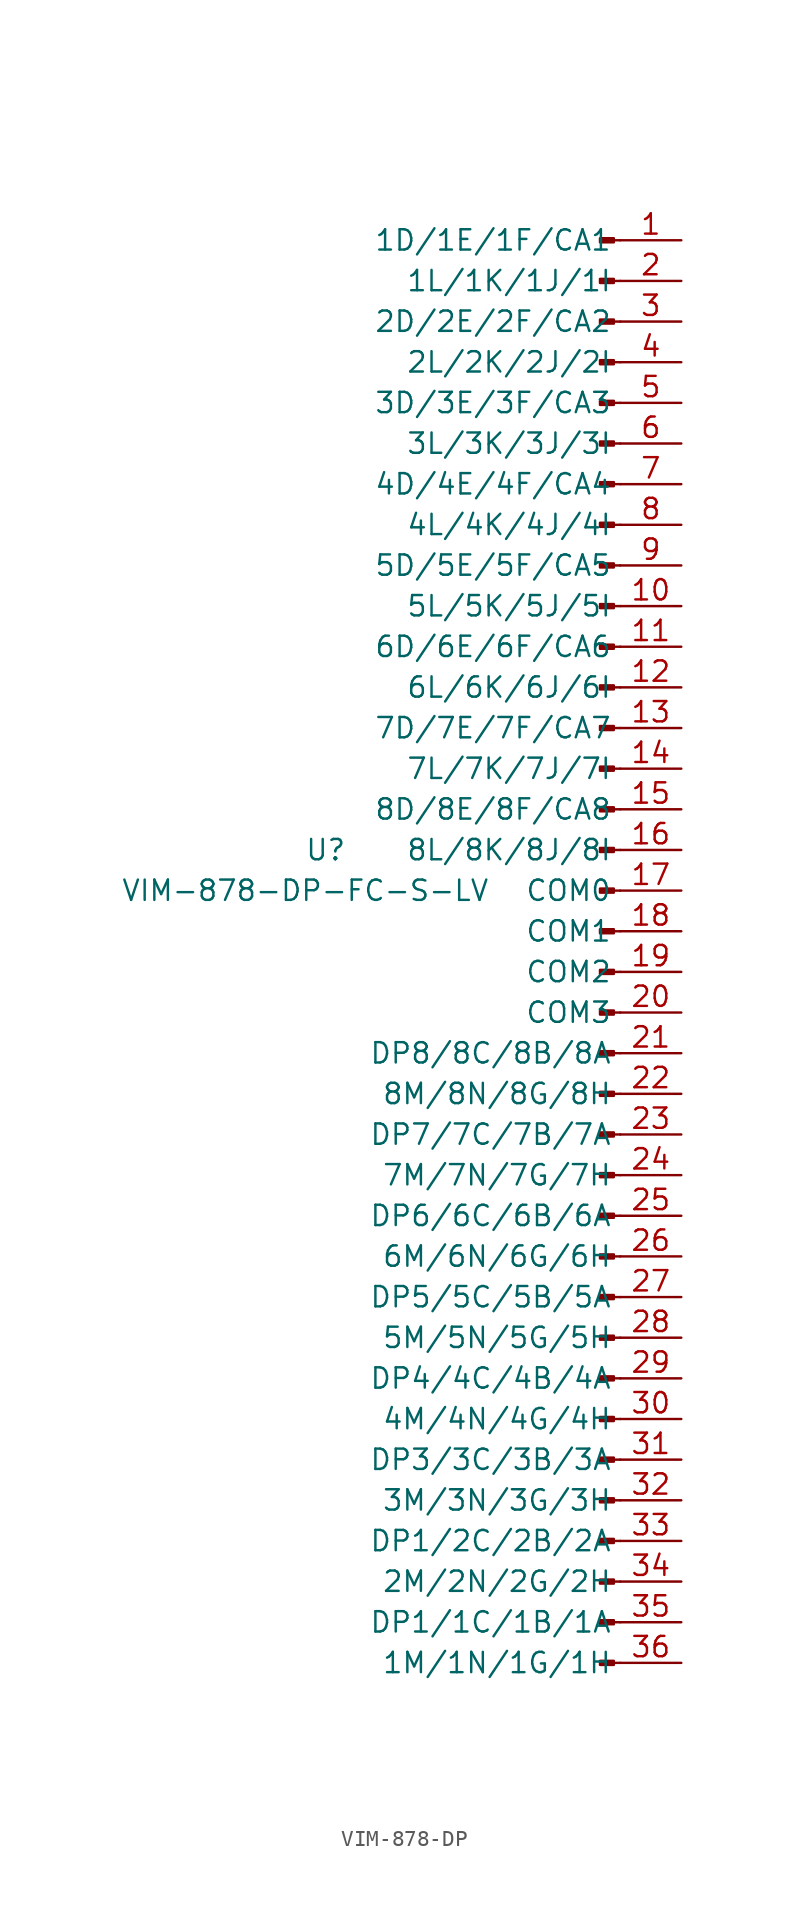
<source format=kicad_sym>
(kicad_symbol_lib
  (version 20231120)
  (generator "kicad_symbol_editor")
  (generator_version "8.0")
  (symbol "VIM-878-DP"
    (property "Reference" "U"
      (at -17.145 5.08 0)
      (effects (font (size 1.27 1.27))))
    (property "Value" "VIM-878-DP-FC-S-LV"
      (at -18.415 2.54 0)
      (effects (font (size 1.27 1.27))))
    (symbol "VIM-878-DP_1_1"
      (rectangle (start 0 -15.113) (end 0.864 -15.367) (stroke (width 0.152) (type default)) (fill (type outline)))
      (polyline (pts (xy 1.27 -45.72) (xy 0.864 -45.72)) (stroke (width 0.152) (type default)) (fill (type none)))
      (polyline (pts (xy 1.27 -43.18) (xy 0.864 -43.18)) (stroke (width 0.152) (type default)) (fill (type none)))
      (polyline (pts (xy 1.27 -40.64) (xy 0.864 -40.64)) (stroke (width 0.152) (type default)) (fill (type none)))
      (polyline (pts (xy 1.27 -38.1) (xy 0.864 -38.1)) (stroke (width 0.152) (type default)) (fill (type none)))
      (polyline (pts (xy 1.27 -35.56) (xy 0.864 -35.56)) (stroke (width 0.152) (type default)) (fill (type none)))
      (polyline (pts (xy 1.27 -33.02) (xy 0.864 -33.02)) (stroke (width 0.152) (type default)) (fill (type none)))
      (polyline (pts (xy 1.27 -30.48) (xy 0.864 -30.48)) (stroke (width 0.152) (type default)) (fill (type none)))
      (polyline (pts (xy 1.27 -27.94) (xy 0.864 -27.94)) (stroke (width 0.152) (type default)) (fill (type none)))
      (polyline (pts (xy 1.27 -25.4) (xy 0.864 -25.4)) (stroke (width 0.152) (type default)) (fill (type none)))
      (polyline (pts (xy 1.27 -22.86) (xy 0.864 -22.86)) (stroke (width 0.152) (type default)) (fill (type none)))
      (polyline (pts (xy 1.27 -20.32) (xy 0.864 -20.32)) (stroke (width 0.152) (type default)) (fill (type none)))
      (polyline (pts (xy 1.27 -17.78) (xy 0.864 -17.78)) (stroke (width 0.152) (type default)) (fill (type none)))
      (polyline (pts (xy 1.27 -15.24) (xy 0.864 -15.24)) (stroke (width 0.152) (type default)) (fill (type none)))
      (polyline (pts (xy 1.27 -12.7) (xy 0.864 -12.7)) (stroke (width 0.152) (type default)) (fill (type none)))
      (polyline (pts (xy 1.27 -10.16) (xy 0.864 -10.16)) (stroke (width 0.152) (type default)) (fill (type none)))
      (polyline (pts (xy 1.27 -7.62) (xy 0.864 -7.62)) (stroke (width 0.152) (type default)) (fill (type none)))
      (polyline (pts (xy 1.27 -5.08) (xy 0.864 -5.08)) (stroke (width 0.152) (type default)) (fill (type none)))
      (polyline (pts (xy 1.27 -2.54) (xy 0.864 -2.54)) (stroke (width 0.152) (type default)) (fill (type none)))
      (polyline (pts (xy 1.27 0) (xy 0.864 0)) (stroke (width 0.152) (type default)) (fill (type none)))
      (polyline (pts (xy 1.27 2.54) (xy 0.864 2.54)) (stroke (width 0.152) (type default)) (fill (type none)))
      (polyline (pts (xy 1.27 5.08) (xy 0.864 5.08)) (stroke (width 0.152) (type default)) (fill (type none)))
      (polyline (pts (xy 1.27 7.62) (xy 0.864 7.62)) (stroke (width 0.152) (type default)) (fill (type none)))
      (polyline (pts (xy 1.27 10.16) (xy 0.864 10.16)) (stroke (width 0.152) (type default)) (fill (type none)))
      (polyline (pts (xy 1.27 12.7) (xy 0.864 12.7)) (stroke (width 0.152) (type default)) (fill (type none)))
      (polyline (pts (xy 1.27 15.24) (xy 0.864 15.24)) (stroke (width 0.152) (type default)) (fill (type none)))
      (polyline (pts (xy 1.27 17.78) (xy 0.864 17.78)) (stroke (width 0.152) (type default)) (fill (type none)))
      (polyline (pts (xy 1.27 20.32) (xy 0.864 20.32)) (stroke (width 0.152) (type default)) (fill (type none)))
      (polyline (pts (xy 1.27 22.86) (xy 0.864 22.86)) (stroke (width 0.152) (type default)) (fill (type none)))
      (polyline (pts (xy 1.27 25.4) (xy 0.864 25.4)) (stroke (width 0.152) (type default)) (fill (type none)))
      (polyline (pts (xy 1.27 27.94) (xy 0.864 27.94)) (stroke (width 0.152) (type default)) (fill (type none)))
      (polyline (pts (xy 1.27 30.48) (xy 0.864 30.48)) (stroke (width 0.152) (type default)) (fill (type none)))
      (polyline (pts (xy 1.27 33.02) (xy 0.864 33.02)) (stroke (width 0.152) (type default)) (fill (type none)))
      (polyline (pts (xy 1.27 35.56) (xy 0.864 35.56)) (stroke (width 0.152) (type default)) (fill (type none)))
      (polyline (pts (xy 1.27 38.1) (xy 0.864 38.1)) (stroke (width 0.152) (type default)) (fill (type none)))
      (polyline (pts (xy 1.27 40.64) (xy 0.864 40.64)) (stroke (width 0.152) (type default)) (fill (type none)))
      (polyline (pts (xy 1.27 43.18) (xy 0.864 43.18)) (stroke (width 0.152) (type default)) (fill (type none)))
      (rectangle (start 0.864 -45.593) (end 0 -45.847) (stroke (width 0.152) (type default)) (fill (type outline)))
      (rectangle (start 0.864 -43.053) (end 0 -43.307) (stroke (width 0.152) (type default)) (fill (type outline)))
      (rectangle (start 0.864 -40.513) (end 0 -40.767) (stroke (width 0.152) (type default)) (fill (type outline)))
      (rectangle (start 0.864 -37.973) (end 0 -38.227) (stroke (width 0.152) (type default)) (fill (type outline)))
      (rectangle (start 0.864 -35.433) (end 0 -35.687) (stroke (width 0.152) (type default)) (fill (type outline)))
      (rectangle (start 0.864 -32.893) (end 0 -33.147) (stroke (width 0.152) (type default)) (fill (type outline)))
      (rectangle (start 0.864 -30.353) (end 0 -30.607) (stroke (width 0.152) (type default)) (fill (type outline)))
      (rectangle (start 0.864 -27.813) (end 0 -28.067) (stroke (width 0.152) (type default)) (fill (type outline)))
      (rectangle (start 0.864 -25.273) (end 0 -25.527) (stroke (width 0.152) (type default)) (fill (type outline)))
      (rectangle (start 0.864 -22.733) (end 0 -22.987) (stroke (width 0.152) (type default)) (fill (type outline)))
      (rectangle (start 0.864 -20.193) (end 0 -20.447) (stroke (width 0.152) (type default)) (fill (type outline)))
      (rectangle (start 0.864 -17.653) (end 0 -17.907) (stroke (width 0.152) (type default)) (fill (type outline)))
      (rectangle (start 0.864 -12.573) (end 0 -12.827) (stroke (width 0.152) (type default)) (fill (type outline)))
      (rectangle (start 0.864 -10.033) (end 0 -10.287) (stroke (width 0.152) (type default)) (fill (type outline)))
      (rectangle (start 0.864 -7.493) (end 0 -7.747) (stroke (width 0.152) (type default)) (fill (type outline)))
      (rectangle (start 0.864 -4.953) (end 0 -5.207) (stroke (width 0.152) (type default)) (fill (type outline)))
      (rectangle (start 0.864 -2.413) (end 0 -2.667) (stroke (width 0.152) (type default)) (fill (type outline)))
      (rectangle (start 0.864 0.127) (end 0 -0.127) (stroke (width 0.152) (type default)) (fill (type outline)))
      (rectangle (start 0.864 2.667) (end 0 2.413) (stroke (width 0.152) (type default)) (fill (type outline)))
      (rectangle (start 0.864 5.207) (end 0 4.953) (stroke (width 0.152) (type default)) (fill (type outline)))
      (rectangle (start 0.864 7.747) (end 0 7.493) (stroke (width 0.152) (type default)) (fill (type outline)))
      (rectangle (start 0.864 10.287) (end 0 10.033) (stroke (width 0.152) (type default)) (fill (type outline)))
      (rectangle (start 0.864 12.827) (end 0 12.573) (stroke (width 0.152) (type default)) (fill (type outline)))
      (rectangle (start 0.864 15.367) (end 0 15.113) (stroke (width 0.152) (type default)) (fill (type outline)))
      (rectangle (start 0.864 17.907) (end 0 17.653) (stroke (width 0.152) (type default)) (fill (type outline)))
      (rectangle (start 0.864 20.447) (end 0 20.193) (stroke (width 0.152) (type default)) (fill (type outline)))
      (rectangle (start 0.864 22.987) (end 0 22.733) (stroke (width 0.152) (type default)) (fill (type outline)))
      (rectangle (start 0.864 25.527) (end 0 25.273) (stroke (width 0.152) (type default)) (fill (type outline)))
      (rectangle (start 0.864 28.067) (end 0 27.813) (stroke (width 0.152) (type default)) (fill (type outline)))
      (rectangle (start 0.864 30.607) (end 0 30.353) (stroke (width 0.152) (type default)) (fill (type outline)))
      (rectangle (start 0.864 33.147) (end 0 32.893) (stroke (width 0.152) (type default)) (fill (type outline)))
      (rectangle (start 0.864 35.687) (end 0 35.433) (stroke (width 0.152) (type default)) (fill (type outline)))
      (rectangle (start 0.864 38.227) (end 0 37.973) (stroke (width 0.152) (type default)) (fill (type outline)))
      (rectangle (start 0.864 40.767) (end 0 40.513) (stroke (width 0.152) (type default)) (fill (type outline)))
      (rectangle (start 0.864 43.307) (end 0 43.053) (stroke (width 0.152) (type default)) (fill (type outline)))
      (pin passive line (at 5.08 43.18 180) (length 3.81) (name "1D/1E/1F/CA1" (effects (font (size 1.27 1.27)))) (number "1" (effects (font (size 1.27 1.27)))))
      (pin passive line (at 5.08 20.32 180) (length 3.81) (name "5L/5K/5J/5I" (effects (font (size 1.27 1.27)))) (number "10" (effects (font (size 1.27 1.27)))))
      (pin passive line (at 5.08 17.78 180) (length 3.81) (name "6D/6E/6F/CA6" (effects (font (size 1.27 1.27)))) (number "11" (effects (font (size 1.27 1.27)))))
      (pin passive line (at 5.08 15.24 180) (length 3.81) (name "6L/6K/6J/6I" (effects (font (size 1.27 1.27)))) (number "12" (effects (font (size 1.27 1.27)))))
      (pin passive line (at 5.08 12.7 180) (length 3.81) (name "7D/7E/7F/CA7" (effects (font (size 1.27 1.27)))) (number "13" (effects (font (size 1.27 1.27)))))
      (pin passive line (at 5.08 10.16 180) (length 3.81) (name "7L/7K/7J/7I" (effects (font (size 1.27 1.27)))) (number "14" (effects (font (size 1.27 1.27)))))
      (pin passive line (at 5.08 7.62 180) (length 3.81) (name "8D/8E/8F/CA8" (effects (font (size 1.27 1.27)))) (number "15" (effects (font (size 1.27 1.27)))))
      (pin passive line (at 5.08 5.08 180) (length 3.81) (name "8L/8K/8J/8I" (effects (font (size 1.27 1.27)))) (number "16" (effects (font (size 1.27 1.27)))))
      (pin passive line (at 5.08 2.54 180) (length 3.81) (name "COM0" (effects (font (size 1.27 1.27)))) (number "17" (effects (font (size 1.27 1.27)))))
      (pin passive line (at 5.08 0 180) (length 3.81) (name "COM1" (effects (font (size 1.27 1.27)))) (number "18" (effects (font (size 1.27 1.27)))))
      (pin passive line (at 5.08 -2.54 180) (length 3.81) (name "COM2" (effects (font (size 1.27 1.27)))) (number "19" (effects (font (size 1.27 1.27)))))
      (pin passive line (at 5.08 40.64 180) (length 3.81) (name "1L/1K/1J/1I" (effects (font (size 1.27 1.27)))) (number "2" (effects (font (size 1.27 1.27)))))
      (pin passive line (at 5.08 -5.08 180) (length 3.81) (name "COM3" (effects (font (size 1.27 1.27)))) (number "20" (effects (font (size 1.27 1.27)))))
      (pin passive line (at 5.08 -7.62 180) (length 3.81) (name "DP8/8C/8B/8A" (effects (font (size 1.27 1.27)))) (number "21" (effects (font (size 1.27 1.27)))))
      (pin passive line (at 5.08 -10.16 180) (length 3.81) (name "8M/8N/8G/8H" (effects (font (size 1.27 1.27)))) (number "22" (effects (font (size 1.27 1.27)))))
      (pin passive line (at 5.08 -12.7 180) (length 3.81) (name "DP7/7C/7B/7A" (effects (font (size 1.27 1.27)))) (number "23" (effects (font (size 1.27 1.27)))))
      (pin passive line (at 5.08 -15.24 180) (length 3.81) (name "7M/7N/7G/7H" (effects (font (size 1.27 1.27)))) (number "24" (effects (font (size 1.27 1.27)))))
      (pin passive line (at 5.08 -17.78 180) (length 3.81) (name "DP6/6C/6B/6A" (effects (font (size 1.27 1.27)))) (number "25" (effects (font (size 1.27 1.27)))))
      (pin passive line (at 5.08 -20.32 180) (length 3.81) (name "6M/6N/6G/6H" (effects (font (size 1.27 1.27)))) (number "26" (effects (font (size 1.27 1.27)))))
      (pin passive line (at 5.08 -22.86 180) (length 3.81) (name "DP5/5C/5B/5A" (effects (font (size 1.27 1.27)))) (number "27" (effects (font (size 1.27 1.27)))))
      (pin passive line (at 5.08 -25.4 180) (length 3.81) (name "5M/5N/5G/5H" (effects (font (size 1.27 1.27)))) (number "28" (effects (font (size 1.27 1.27)))))
      (pin passive line (at 5.08 -27.94 180) (length 3.81) (name "DP4/4C/4B/4A" (effects (font (size 1.27 1.27)))) (number "29" (effects (font (size 1.27 1.27)))))
      (pin passive line (at 5.08 38.1 180) (length 3.81) (name "2D/2E/2F/CA2" (effects (font (size 1.27 1.27)))) (number "3" (effects (font (size 1.27 1.27)))))
      (pin passive line (at 5.08 -30.48 180) (length 3.81) (name "4M/4N/4G/4H" (effects (font (size 1.27 1.27)))) (number "30" (effects (font (size 1.27 1.27)))))
      (pin passive line (at 5.08 -33.02 180) (length 3.81) (name "DP3/3C/3B/3A" (effects (font (size 1.27 1.27)))) (number "31" (effects (font (size 1.27 1.27)))))
      (pin passive line (at 5.08 -35.56 180) (length 3.81) (name "3M/3N/3G/3H" (effects (font (size 1.27 1.27)))) (number "32" (effects (font (size 1.27 1.27)))))
      (pin passive line (at 5.08 -38.1 180) (length 3.81) (name "DP1/2C/2B/2A" (effects (font (size 1.27 1.27)))) (number "33" (effects (font (size 1.27 1.27)))))
      (pin passive line (at 5.08 -40.64 180) (length 3.81) (name "2M/2N/2G/2H" (effects (font (size 1.27 1.27)))) (number "34" (effects (font (size 1.27 1.27)))))
      (pin passive line (at 5.08 -43.18 180) (length 3.81) (name "DP1/1C/1B/1A" (effects (font (size 1.27 1.27)))) (number "35" (effects (font (size 1.27 1.27)))))
      (pin passive line (at 5.08 -45.72 180) (length 3.81) (name "1M/1N/1G/1H" (effects (font (size 1.27 1.27)))) (number "36" (effects (font (size 1.27 1.27)))))
      (pin passive line (at 5.08 35.56 180) (length 3.81) (name "2L/2K/2J/2I" (effects (font (size 1.27 1.27)))) (number "4" (effects (font (size 1.27 1.27)))))
      (pin passive line (at 5.08 33.02 180) (length 3.81) (name "3D/3E/3F/CA3" (effects (font (size 1.27 1.27)))) (number "5" (effects (font (size 1.27 1.27)))))
      (pin passive line (at 5.08 30.48 180) (length 3.81) (name "3L/3K/3J/3I" (effects (font (size 1.27 1.27)))) (number "6" (effects (font (size 1.27 1.27)))))
      (pin passive line (at 5.08 27.94 180) (length 3.81) (name "4D/4E/4F/CA4" (effects (font (size 1.27 1.27)))) (number "7" (effects (font (size 1.27 1.27)))))
      (pin passive line (at 5.08 25.4 180) (length 3.81) (name "4L/4K/4J/4I" (effects (font (size 1.27 1.27)))) (number "8" (effects (font (size 1.27 1.27)))))
      (pin passive line (at 5.08 22.86 180) (length 3.81) (name "5D/5E/5F/CA5" (effects (font (size 1.27 1.27)))) (number "9" (effects (font (size 1.27 1.27))))))))
</source>
